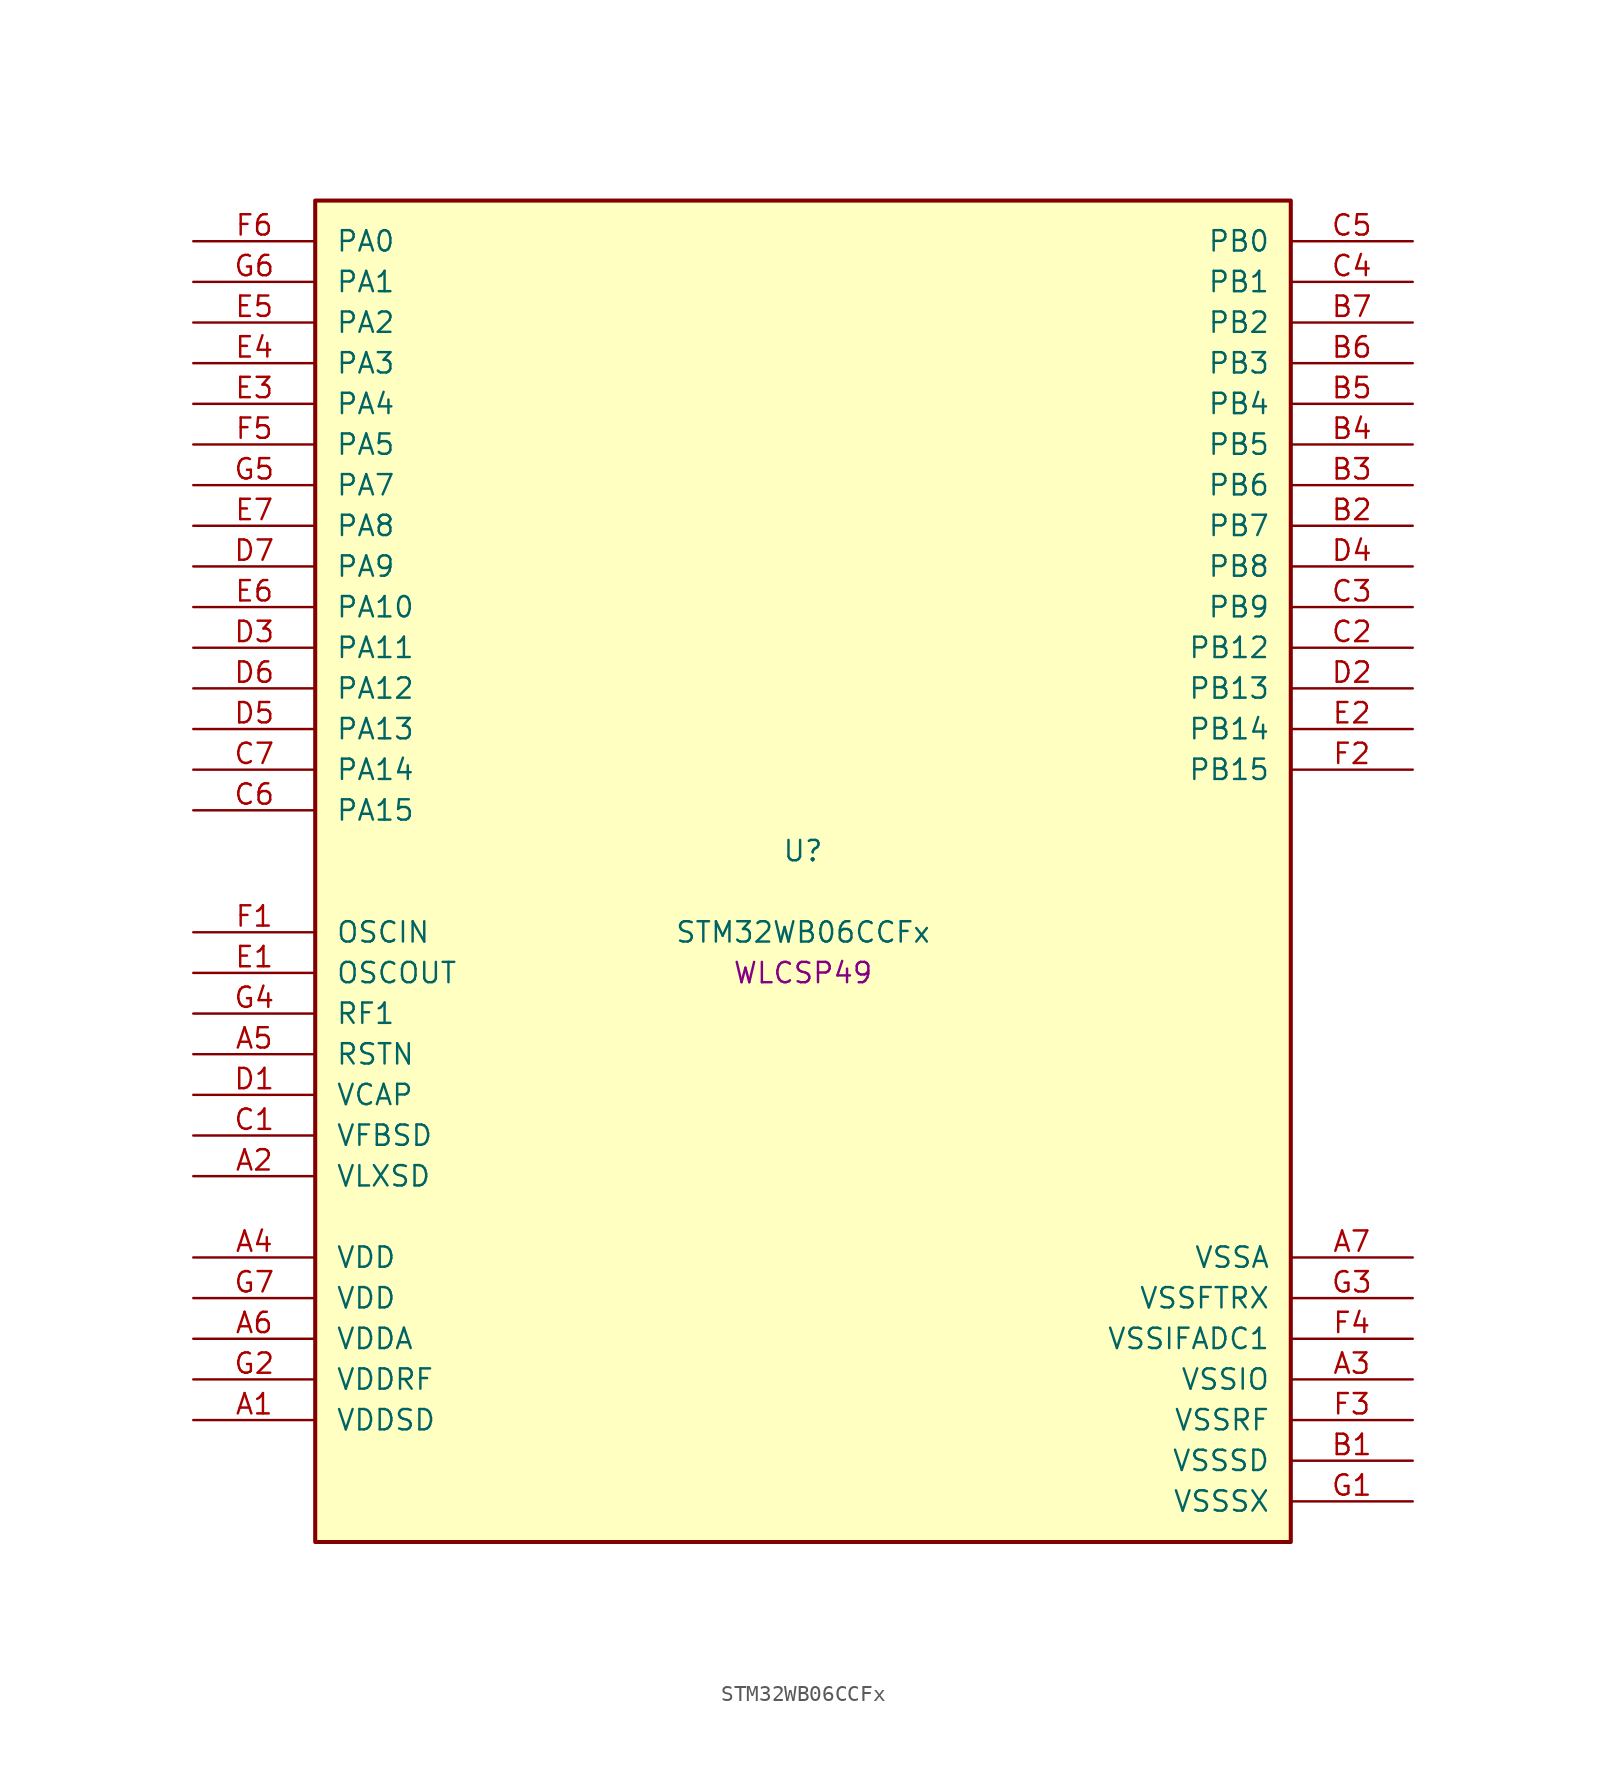
<source format=kicad_sym>
(kicad_symbol_lib
  (version 20241209)
  (generator "stm32_pkl_generator")
  (generator_version "1.0")
  (symbol "STM32WB06CCFx"
    (pin_names
      (offset 1.27))
    (property "Reference" "U"
      (at 0 2.54 0))
    (property "Value" "STM32WB06CCFx"
      (at 0 -2.54 0))
    (property "Footprint" "WLCSP49"
      (at 0 -5.08 0))
    (symbol "STM32WB06CCFx_1_1"
      (rectangle (start -30.48 43.18) (end 30.48 -40.64) (stroke (width 0.254) (type solid)) (fill (type background)))
      (pin bidirectional line (at -38.1 40.64 0) (length 7.62) (name "PA0") (number "F6") (alternate "PA0/I2C1_SCL" bidirectional line) (alternate "PA0/I2S2_MCK" bidirectional line) (alternate "PA0/PWR_WKUP12" bidirectional line) (alternate "PA0/TIM1_CH3" bidirectional line) (alternate "PA0/USART1_CTS" bidirectional line))
      (pin bidirectional line (at -38.1 38.1 0) (length 7.62) (name "PA1") (number "G6") (alternate "PA1/I2C1_SDA" bidirectional line) (alternate "PA1/PWR_WKUP13" bidirectional line) (alternate "PA1/SPI2_MISO" bidirectional line) (alternate "PA1/TIM1_CH4" bidirectional line) (alternate "PA1/USART1_TX" bidirectional line))
      (pin bidirectional line (at -38.1 35.56 0) (length 7.62) (name "PA2") (number "E5") (alternate "PA2/DEBUG_SWDIO" bidirectional line) (alternate "PA2/I2S3_MCK" bidirectional line) (alternate "PA2/PWR_WKUP14" bidirectional line) (alternate "PA2/USART1_CK" bidirectional line))
      (pin bidirectional line (at -38.1 33.02 0) (length 7.62) (name "PA3") (number "E4") (alternate "PA3/DEBUG_SWCLK" bidirectional line) (alternate "PA3/I2S3_SCK" bidirectional line) (alternate "PA3/PWR_WKUP15" bidirectional line) (alternate "PA3/SPI3_SCK" bidirectional line) (alternate "PA3/TIM1_BKIN2" bidirectional line) (alternate "PA3/USART1_DE" bidirectional line) (alternate "PA3/USART1_RTS" bidirectional line))
      (pin bidirectional line (at -38.1 30.48 0) (length 7.62) (name "PA4") (number "E3") (alternate "PA4/I2S2_WS" bidirectional line) (alternate "PA4/LPUART1_TX" bidirectional line) (alternate "PA4/PWR_WKUP16" bidirectional line) (alternate "PA4/RCC_LCO" bidirectional line) (alternate "PA4/SPI2_NSS" bidirectional line) (alternate "PA4/TIM1_CH1" bidirectional line))
      (pin bidirectional line (at -38.1 27.94 0) (length 7.62) (name "PA5") (number "F5") (alternate "PA5/I2S2_SCK" bidirectional line) (alternate "PA5/LPUART1_RX" bidirectional line) (alternate "PA5/PWR_WKUP17" bidirectional line) (alternate "PA5/RCC_LCO" bidirectional line) (alternate "PA5/RCC_MCO" bidirectional line) (alternate "PA5/SPI2_SCK" bidirectional line) (alternate "PA5/TIM1_CH2" bidirectional line))
      (pin bidirectional line (at -38.1 25.4 0) (length 7.62) (name "PA7") (number "G5") (alternate "PA7/I2S2_SCK" bidirectional line) (alternate "PA7/LPUART1_DE" bidirectional line) (alternate "PA7/LPUART1_RTS" bidirectional line) (alternate "PA7/PWR_WKUP19" bidirectional line) (alternate "PA7/RTC_OUT" bidirectional line) (alternate "PA7/SPI2_MISO" bidirectional line) (alternate "PA7/SPI2_SCK" bidirectional line) (alternate "PA7/TIM1_CH2" bidirectional line))
      (pin bidirectional line (at -38.1 22.86 0) (length 7.62) (name "PA8") (number "E7") (alternate "PA8/PWR_WKUP8" bidirectional line) (alternate "PA8/PWR_WKUP20" bidirectional line) (alternate "PA8/RADIO_RX_SEQUENCE" bidirectional line) (alternate "PA8/RTC_OUT" bidirectional line) (alternate "PA8/SPI1_MOSI" bidirectional line) (alternate "PA8/SPI3_MISO" bidirectional line) (alternate "PA8/TIM1_CH3" bidirectional line) (alternate "PA8/USART1_RX" bidirectional line))
      (pin bidirectional line (at -38.1 20.32 0) (length 7.62) (name "PA9") (number "D7") (alternate "PA9/I2S3_WS" bidirectional line) (alternate "PA9/PWR_WKUP9" bidirectional line) (alternate "PA9/PWR_WKUP21" bidirectional line) (alternate "PA9/RTC_OUT" bidirectional line) (alternate "PA9/SPI1_SCK" bidirectional line) (alternate "PA9/SPI3_NSS" bidirectional line) (alternate "PA9/TIM1_CH4" bidirectional line) (alternate "PA9/USART1_TX" bidirectional line))
      (pin bidirectional line (at -38.1 17.78 0) (length 7.62) (name "PA10") (number "E6") (alternate "PA10/I2S3_MCK" bidirectional line) (alternate "PA10/PWR_WKUP10" bidirectional line) (alternate "PA10/PWR_WKUP22" bidirectional line) (alternate "PA10/RADIO_TX_SEQUENCE" bidirectional line) (alternate "PA10/RCC_LCO" bidirectional line) (alternate "PA10/SPI1_MISO" bidirectional line))
      (pin bidirectional line (at -38.1 15.24 0) (length 7.62) (name "PA11") (number "D3") (alternate "PA11/I2S3_SD" bidirectional line) (alternate "PA11/PWR_WKUP11" bidirectional line) (alternate "PA11/PWR_WKUP23" bidirectional line) (alternate "PA11/RADIO_RX_SEQUENCE" bidirectional line) (alternate "PA11/RCC_MCO" bidirectional line) (alternate "PA11/RTC_OUT" bidirectional line) (alternate "PA11/SPI1_NSS" bidirectional line) (alternate "PA11/SPI3_MOSI" bidirectional line))
      (pin bidirectional line (at -38.1 12.7 0) (length 7.62) (name "PA12") (number "D6") (alternate "PA12/ADC1_VINM3" bidirectional line) (alternate "PA12/I2C1_SMBA" bidirectional line) (alternate "PA12/I2S2_SD" bidirectional line) (alternate "PA12/PWR_WKUP24" bidirectional line) (alternate "PA12/SPI1_NSS" bidirectional line) (alternate "PA12/SPI2_MOSI" bidirectional line) (alternate "PA12/TIM1_CH1" bidirectional line))
      (pin bidirectional line (at -38.1 10.16 0) (length 7.62) (name "PA13") (number "D5") (alternate "PA13/ADC1_VINP3" bidirectional line) (alternate "PA13/I2C2_SCL" bidirectional line) (alternate "PA13/PWR_WKUP25" bidirectional line) (alternate "PA13/SPI1_SCK" bidirectional line) (alternate "PA13/SPI2_MISO" bidirectional line) (alternate "PA13/TIM1_ETR" bidirectional line))
      (pin bidirectional line (at -38.1 7.62 0) (length 7.62) (name "PA14") (number "C7") (alternate "PA14/ADC1_VINM2" bidirectional line) (alternate "PA14/I2C2_SDA" bidirectional line) (alternate "PA14/PWR_WKUP26" bidirectional line) (alternate "PA14/SPI1_MISO" bidirectional line))
      (pin bidirectional line (at -38.1 5.08 0) (length 7.62) (name "PA15") (number "C6") (alternate "PA15/ADC1_VINP2" bidirectional line) (alternate "PA15/I2C2_SMBA" bidirectional line) (alternate "PA15/PWR_WKUP27" bidirectional line) (alternate "PA15/SPI1_MOSI" bidirectional line) (alternate "PA15/TIM1_BKIN2" bidirectional line))
      (pin bidirectional line (at 38.1 40.64 180) (length 7.62) (name "PB0") (number "C5") (alternate "PB0/ADC1_VINM1" bidirectional line) (alternate "PB0/LPUART1_DE" bidirectional line) (alternate "PB0/LPUART1_RTS" bidirectional line) (alternate "PB0/PWR_WKUP0" bidirectional line) (alternate "PB0/TIM1_CH2N" bidirectional line) (alternate "PB0/USART1_RX" bidirectional line))
      (pin bidirectional line (at 38.1 38.1 180) (length 7.62) (name "PB1") (number "C4") (alternate "PB1/ADC1_PDM_CLK" bidirectional line) (alternate "PB1/ADC1_VINP1" bidirectional line) (alternate "PB1/PWR_WKUP1" bidirectional line) (alternate "PB1/SPI1_NSS" bidirectional line) (alternate "PB1/TIM1_ETR" bidirectional line))
      (pin bidirectional line (at 38.1 35.56 180) (length 7.62) (name "PB2") (number "B7") (alternate "PB2/ADC1_PDM_DATA" bidirectional line) (alternate "PB2/ADC1_PGA_CAP0" bidirectional line) (alternate "PB2/ADC1_VINM0" bidirectional line) (alternate "PB2/PWR_WKUP2" bidirectional line) (alternate "PB2/TIM1_CH3" bidirectional line) (alternate "PB2/USART1_DE" bidirectional line) (alternate "PB2/USART1_RTS" bidirectional line))
      (pin bidirectional line (at 38.1 33.02 180) (length 7.62) (name "PB3") (number "B6") (alternate "PB3/ADC1_PGA_CAP1" bidirectional line) (alternate "PB3/ADC1_VINP0" bidirectional line) (alternate "PB3/LPUART1_TX" bidirectional line) (alternate "PB3/PWR_WKUP3" bidirectional line) (alternate "PB3/TIM1_CH4" bidirectional line) (alternate "PB3/USART1_CTS" bidirectional line))
      (pin bidirectional line (at 38.1 30.48 180) (length 7.62) (name "PB4") (number "B5") (alternate "PB4/ADC1_PDM_DATA" bidirectional line) (alternate "PB4/ADC1_PGA_VIN" bidirectional line) (alternate "PB4/LPUART1_TX" bidirectional line) (alternate "PB4/PWR_WKUP4" bidirectional line) (alternate "PB4/SPI2_MISO" bidirectional line))
      (pin bidirectional line (at 38.1 27.94 180) (length 7.62) (name "PB5") (number "B4") (alternate "PB5/ADC1_PDM_CLK" bidirectional line) (alternate "PB5/ADC1_PGA_VBIAS_MIC" bidirectional line) (alternate "PB5/I2S2_SD" bidirectional line) (alternate "PB5/LPUART1_RX" bidirectional line) (alternate "PB5/PWR_WKUP5" bidirectional line) (alternate "PB5/SPI2_MOSI" bidirectional line))
      (pin bidirectional line (at 38.1 25.4 180) (length 7.62) (name "PB6") (number "B3") (alternate "PB6/I2C2_SCL" bidirectional line) (alternate "PB6/I2S2_WS" bidirectional line) (alternate "PB6/LPUART1_TX" bidirectional line) (alternate "PB6/PWR_WKUP6" bidirectional line) (alternate "PB6/SPI2_NSS" bidirectional line) (alternate "PB6/TIM1_CH1" bidirectional line))
      (pin bidirectional line (at 38.1 22.86 180) (length 7.62) (name "PB7") (number "B2") (alternate "PB7/I2C2_SDA" bidirectional line) (alternate "PB7/I2S2_SCK" bidirectional line) (alternate "PB7/LPUART1_RX" bidirectional line) (alternate "PB7/PWR_WKUP7" bidirectional line) (alternate "PB7/SPI2_SCK" bidirectional line) (alternate "PB7/TIM1_CH2" bidirectional line))
      (pin bidirectional line (at 38.1 20.32 180) (length 7.62) (name "PB8") (number "D4") (alternate "PB8/LPUART1_RX" bidirectional line) (alternate "PB8/PWR_WKUP20" bidirectional line) (alternate "PB8/TIM1_CH1N" bidirectional line) (alternate "PB8/TIM1_CH4" bidirectional line) (alternate "PB8/USART1_CK" bidirectional line))
      (pin bidirectional line (at 38.1 17.78 180) (length 7.62) (name "PB9") (number "C3") (alternate "PB9/I2S2_MCK" bidirectional line) (alternate "PB9/LPUART1_CTS" bidirectional line) (alternate "PB9/PWR_WKUP21" bidirectional line) (alternate "PB9/TIM1_CH1N" bidirectional line) (alternate "PB9/TIM1_CH2N" bidirectional line) (alternate "PB9/USART1_TX" bidirectional line))
      (pin bidirectional line (at 38.1 15.24 180) (length 7.62) (name "PB12") (number "C2") (alternate "PB12/ADC1_PDM_DATA" bidirectional line) (alternate "PB12/RCC_LCO" bidirectional line) (alternate "PB12/RCC_OSC32_OUT" bidirectional line) (alternate "PB12/SPI1_SCK" bidirectional line) (alternate "PB12/TIM1_CH3" bidirectional line))
      (pin bidirectional line (at 38.1 12.7 180) (length 7.62) (name "PB13") (number "D2") (alternate "PB13/ADC1_PDM_CLK" bidirectional line) (alternate "PB13/I2C2_SCL" bidirectional line) (alternate "PB13/RCC_OSC32_IN" bidirectional line) (alternate "PB13/SPI1_MISO" bidirectional line) (alternate "PB13/TIM1_BKIN2" bidirectional line) (alternate "PB13/TIM1_CH4" bidirectional line))
      (pin bidirectional line (at 38.1 10.16 180) (length 7.62) (name "PB14") (number "E2") (alternate "PB14/I2C2_SDA" bidirectional line) (alternate "PB14/PWR_PVD_IN" bidirectional line) (alternate "PB14/SPI1_MOSI" bidirectional line) (alternate "PB14/TIM1_CH3N" bidirectional line) (alternate "PB14/TIM1_ETR" bidirectional line) (alternate "PB14/USART1_RX" bidirectional line))
      (pin bidirectional line (at 38.1 7.62 180) (length 7.62) (name "PB15") (number "F2") (alternate "PB15/I2C1_SMBA" bidirectional line) (alternate "PB15/RADIO_TX_SEQUENCE" bidirectional line) (alternate "PB15/RCC_MCO" bidirectional line) (alternate "PB15/USART1_TX" bidirectional line))
      (pin bidirectional line (at -38.1 -2.54 0) (length 7.62) (name "OSCIN") (number "F1") (alternate "OSCIN/RCC_OSC_IN" bidirectional line))
      (pin bidirectional line (at -38.1 -5.08 0) (length 7.62) (name "OSCOUT") (number "E1") (alternate "OSCOUT/RCC_OSC_OUT" bidirectional line))
      (pin bidirectional line (at -38.1 -7.62 0) (length 7.62) (name "RF1") (number "G4") (alternate "RF1/RADIO_RF1" bidirectional line))
      (pin power_in line (at -38.1 -10.16 0) (length 7.62) (name "RSTN") (number "A5"))
      (pin power_in line (at -38.1 -12.7 0) (length 7.62) (name "VCAP") (number "D1"))
      (pin power_in line (at -38.1 -15.24 0) (length 7.62) (name "VFBSD") (number "C1"))
      (pin power_in line (at -38.1 -17.78 0) (length 7.62) (name "VLXSD") (number "A2"))
      (pin power_in line (at -38.1 -22.86 0) (length 7.62) (name "VDD") (number "A4"))
      (pin power_in line (at -38.1 -25.4 0) (length 7.62) (name "VDD") (number "G7"))
      (pin power_in line (at -38.1 -27.94 0) (length 7.62) (name "VDDA") (number "A6"))
      (pin power_in line (at -38.1 -30.48 0) (length 7.62) (name "VDDRF") (number "G2"))
      (pin power_in line (at -38.1 -33.02 0) (length 7.62) (name "VDDSD") (number "A1"))
      (pin power_in line (at 38.1 -22.86 180) (length 7.62) (name "VSSA") (number "A7"))
      (pin power_in line (at 38.1 -25.4 180) (length 7.62) (name "VSSFTRX") (number "G3"))
      (pin power_in line (at 38.1 -27.94 180) (length 7.62) (name "VSSIFADC1") (number "F4"))
      (pin power_in line (at 38.1 -30.48 180) (length 7.62) (name "VSSIO") (number "A3"))
      (pin power_in line (at 38.1 -33.02 180) (length 7.62) (name "VSSRF") (number "F3"))
      (pin power_in line (at 38.1 -35.56 180) (length 7.62) (name "VSSSD") (number "B1"))
      (pin power_in line (at 38.1 -38.1 180) (length 7.62) (name "VSSSX") (number "G1")))))
</source>
